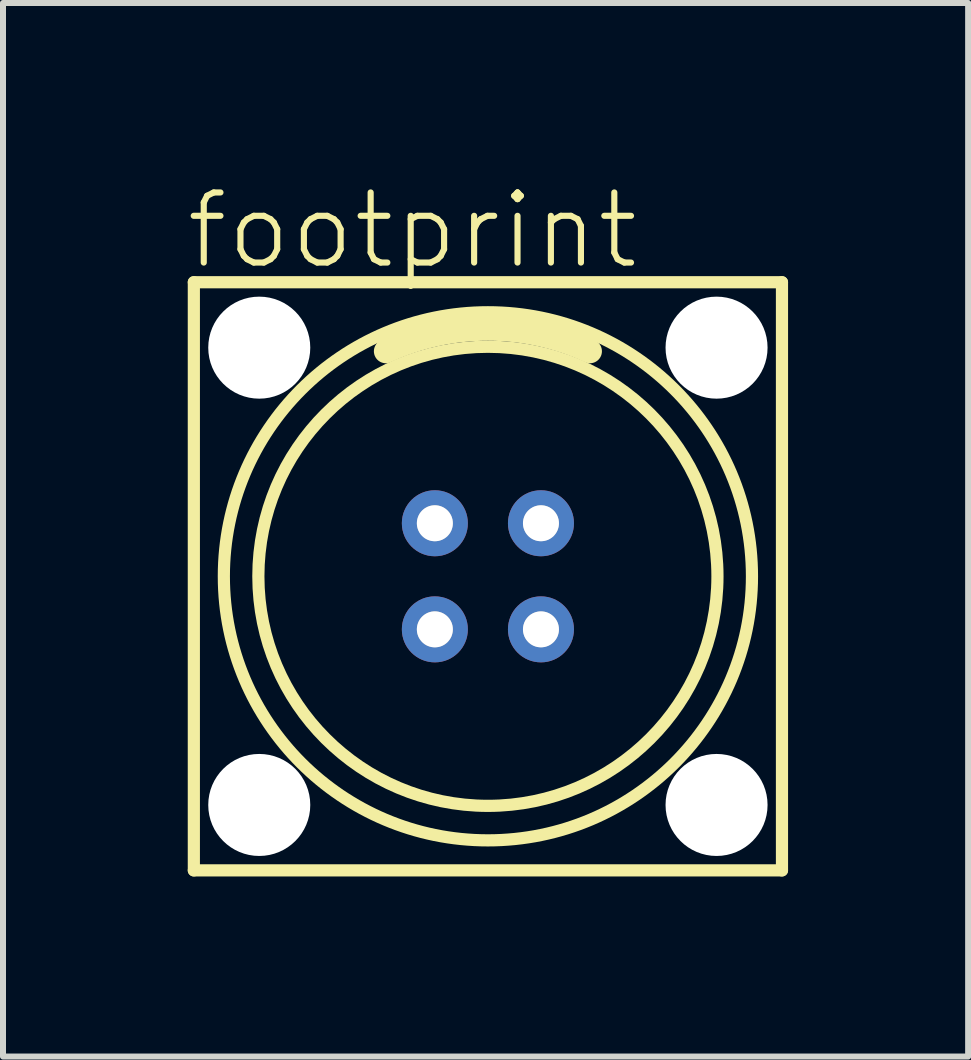
<source format=kicad_pcb>
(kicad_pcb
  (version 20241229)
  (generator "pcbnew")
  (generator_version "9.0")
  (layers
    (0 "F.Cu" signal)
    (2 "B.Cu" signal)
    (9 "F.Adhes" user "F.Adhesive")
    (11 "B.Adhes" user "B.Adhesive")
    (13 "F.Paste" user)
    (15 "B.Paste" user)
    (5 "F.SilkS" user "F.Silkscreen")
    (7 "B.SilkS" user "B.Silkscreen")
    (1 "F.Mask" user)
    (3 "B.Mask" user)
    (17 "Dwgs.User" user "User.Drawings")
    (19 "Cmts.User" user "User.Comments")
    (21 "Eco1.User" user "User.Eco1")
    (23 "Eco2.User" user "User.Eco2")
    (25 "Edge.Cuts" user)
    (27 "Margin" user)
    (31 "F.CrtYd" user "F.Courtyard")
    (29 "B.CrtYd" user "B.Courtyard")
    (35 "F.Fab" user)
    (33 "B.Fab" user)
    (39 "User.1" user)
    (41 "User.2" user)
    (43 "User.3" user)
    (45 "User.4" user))
  (footprint "footprint"
    (layer "F.Cu")
    (at 5.08 6.553)
    (property "Reference" "footprint" (at -5.08 -5.08 0) (layer "F.SilkS") (effects (font (size 1.168 1.168) (thickness 0.102)) (justify left bottom)))
    (fp_line (start -4.9 -4.9) (end 4.9 -4.9) (stroke (width 0.203) (type solid)) (layer "F.SilkS"))
    (fp_line (start -4.9 4.9) (end -4.9 -4.9) (stroke (width 0.203) (type solid)) (layer "F.SilkS"))
    (fp_line (start 4.9 -4.9) (end 4.9 4.9) (stroke (width 0.203) (type solid)) (layer "F.SilkS"))
    (fp_line (start 4.9 4.9) (end -4.9 4.9) (stroke (width 0.203) (type solid)) (layer "F.SilkS"))
    (fp_arc (start -1.7 -3.75) (mid 0 -4.125003) (end 1.7 -3.75) (stroke (width 0.4) (type solid)) (layer "F.SilkS"))
    (fp_circle (center 0 0) (end 3.825 0) (stroke (width 0.203) (type solid)) (fill no) (layer "F.SilkS"))
    (fp_circle (center 0 0) (end 4.4 0) (stroke (width 0.203) (type solid)) (fill no) (layer "F.SilkS"))
    (fp_circle (center -0.884 -0.884) (end -0.685 -0.884) (stroke (width 0.203) (type solid)) (fill no) (layer "F.Fab"))
    (fp_circle (center -0.884 0.884) (end -0.685 0.884) (stroke (width 0.203) (type solid)) (fill no) (layer "F.Fab"))
    (fp_circle (center 0.884 -0.884) (end 1.082 -0.884) (stroke (width 0.203) (type solid)) (fill no) (layer "F.Fab"))
    (fp_circle (center 0.884 0.884) (end 1.082 0.884) (stroke (width 0.203) (type solid)) (fill no) (layer "F.Fab"))
    (pad "" np_thru_hole circle (at -3.81 -3.81) (size 1.7 1.7) (drill 1.7) (layers "*.Cu" "*.Mask"))
    (pad "" np_thru_hole circle (at -3.81 3.81) (size 1.7 1.7) (drill 1.7) (layers "*.Cu" "*.Mask"))
    (pad "" np_thru_hole circle (at 3.81 -3.81) (size 1.7 1.7) (drill 1.7) (layers "*.Cu" "*.Mask"))
    (pad "" np_thru_hole circle (at 3.81 3.81) (size 1.7 1.7) (drill 1.7) (layers "*.Cu" "*.Mask"))
    (pad "1" thru_hole circle (at -0.884 -0.884 90) (size 1.1 1.1) (drill 0.6) (layers "*.Cu" "*.Mask"))
    (pad "2" thru_hole circle (at -0.884 0.884 90) (size 1.1 1.1) (drill 0.6) (layers "*.Cu" "*.Mask"))
    (pad "3" thru_hole circle (at 0.884 0.884 90) (size 1.1 1.1) (drill 0.6) (layers "*.Cu" "*.Mask"))
    (pad "4" thru_hole circle (at 0.884 -0.884 90) (size 1.1 1.1) (drill 0.6) (layers "*.Cu" "*.Mask")))
  (gr_rect
    (start -3 -3)
    (end 13.082 14.555)
    (stroke (width 0.1) (type default))
    (fill no)
    (layer "Edge.Cuts")))
</source>
